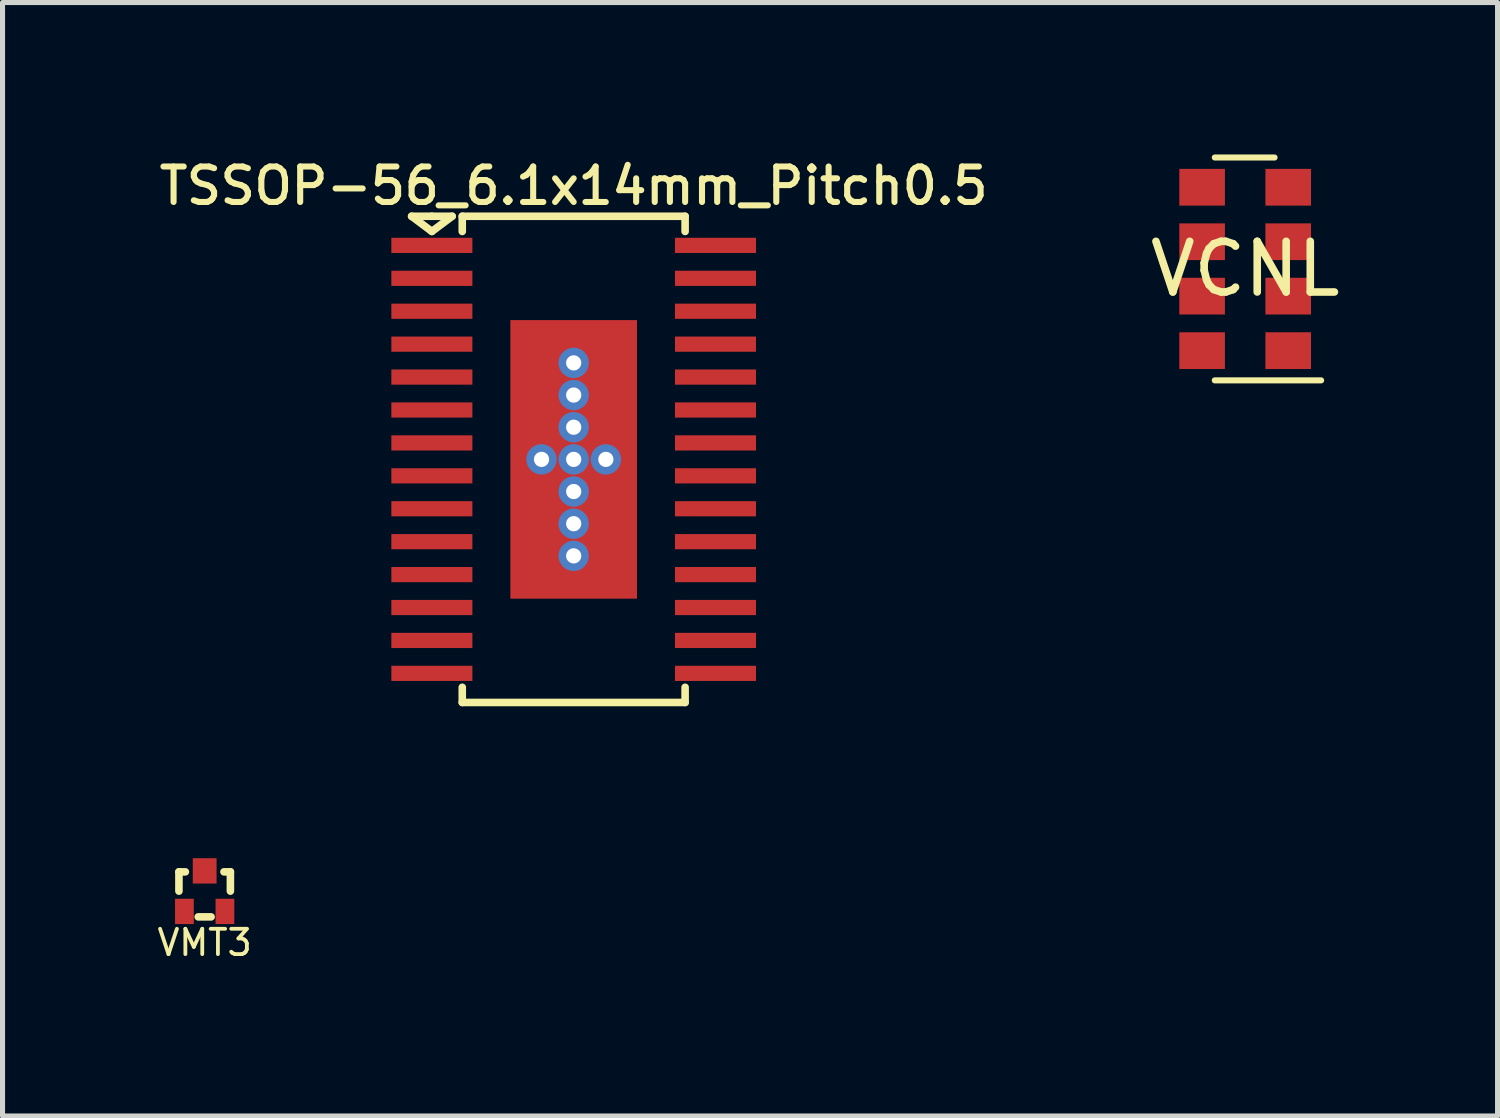
<source format=kicad_pcb>
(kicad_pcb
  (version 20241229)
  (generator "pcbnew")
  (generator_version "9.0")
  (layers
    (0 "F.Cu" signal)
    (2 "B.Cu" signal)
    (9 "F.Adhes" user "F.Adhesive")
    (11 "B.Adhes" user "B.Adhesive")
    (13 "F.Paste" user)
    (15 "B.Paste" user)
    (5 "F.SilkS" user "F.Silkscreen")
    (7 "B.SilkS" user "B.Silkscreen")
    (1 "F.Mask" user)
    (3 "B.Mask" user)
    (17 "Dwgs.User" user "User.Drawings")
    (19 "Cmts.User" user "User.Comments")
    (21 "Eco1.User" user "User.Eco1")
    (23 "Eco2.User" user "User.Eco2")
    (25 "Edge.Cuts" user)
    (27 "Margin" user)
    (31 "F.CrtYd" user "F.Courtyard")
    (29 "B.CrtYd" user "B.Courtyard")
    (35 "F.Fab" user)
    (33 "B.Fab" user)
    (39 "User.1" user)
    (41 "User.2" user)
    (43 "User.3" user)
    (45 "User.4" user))
  (footprint "VCNL"
    (layer "F.Cu")
    (at 21.535 2.26)
    (property "Reference" "VCNL" (at 0 0 0) (layer "F.SilkS") (effects (font (size 1 1) (thickness 0.15))))
    (attr through_hole)
    (fp_line (start 0.58 -2.2) (end -0.6 -2.2) (stroke (width 0.12) (type solid)) (layer "F.SilkS"))
    (fp_line (start 1.5 2.2) (end -0.6 2.2) (stroke (width 0.12) (type solid)) (layer "F.SilkS"))
    (pad "1" smd rect (at 0.85 1.613) (size 0.9 0.725) (layers "F.Cu" "F.Mask" "F.Paste"))
    (pad "2" smd rect (at 0.85 0.537) (size 0.9 0.725) (layers "F.Cu" "F.Mask" "F.Paste"))
    (pad "3" smd rect (at 0.85 -0.537) (size 0.9 0.725) (layers "F.Cu" "F.Mask" "F.Paste"))
    (pad "4" smd rect (at 0.85 -1.613) (size 0.9 0.725) (layers "F.Cu" "F.Mask" "F.Paste"))
    (pad "5" smd rect (at -0.85 -1.613) (size 0.9 0.725) (layers "F.Cu" "F.Mask" "F.Paste"))
    (pad "6" smd rect (at -0.85 -0.537) (size 0.9 0.725) (layers "F.Cu" "F.Mask" "F.Paste"))
    (pad "7" smd rect (at -0.85 0.537) (size 0.9 0.725) (layers "F.Cu" "F.Mask" "F.Paste"))
    (pad "8" smd rect (at -0.85 1.613) (size 0.9 0.725) (layers "F.Cu" "F.Mask" "F.Paste")))
  (footprint "VMT3"
    (layer "F.Cu")
    (at 0.991 14.545)
    (property "Reference" "VMT3" (at 0 1.016 0) (layer "F.SilkS") (effects (font (size 0.5 0.5) (thickness 0.075))))
    (attr through_hole)
    (fp_line (start -0.508 -0.381) (end -0.508 0) (stroke (width 0.15) (type solid)) (layer "F.SilkS"))
    (fp_line (start -0.381 -0.381) (end -0.508 -0.381) (stroke (width 0.15) (type solid)) (layer "F.SilkS"))
    (fp_line (start -0.127 0.508) (end 0.127 0.508) (stroke (width 0.15) (type solid)) (layer "F.SilkS"))
    (fp_line (start 0.508 -0.381) (end 0.381 -0.381) (stroke (width 0.15) (type solid)) (layer "F.SilkS"))
    (fp_line (start 0.508 -0.381) (end 0.508 0) (stroke (width 0.15) (type solid)) (layer "F.SilkS"))
    (pad "1" smd rect (at -0.4 0.4 90) (size 0.5 0.37) (layers "F.Cu" "F.Mask" "F.Paste"))
    (pad "2" smd rect (at 0.4 0.4 90) (size 0.5 0.37) (layers "F.Cu" "F.Mask" "F.Paste"))
    (pad "3" smd rect (at 0 -0.4 90) (size 0.5 0.47) (layers "F.Cu" "F.Mask" "F.Paste")))
  (footprint "TSSOP-56_6.1x14mm_Pitch0.5"
    (layer "F.Cu")
    (at 8.277 6.02)
    (property "Reference" "TSSOP-56_6.1x14mm_Pitch0.5" (at 0 -5.4 180) (layer "F.SilkS") (effects (font (size 0.7 0.7) (thickness 0.12))))
    (attr through_hole)
    (fp_line (start -3.2 -4.8) (end -2.8 -4.8) (stroke (width 0.15) (type solid)) (layer "F.SilkS"))
    (fp_line (start -2.8 -4.8) (end -2.4 -4.8) (stroke (width 0.15) (type solid)) (layer "F.SilkS"))
    (fp_line (start -2.8 -4.5) (end -3.2 -4.8) (stroke (width 0.15) (type solid)) (layer "F.SilkS"))
    (fp_line (start -2.4 -4.8) (end -2.8 -4.5) (stroke (width 0.15) (type solid)) (layer "F.SilkS"))
    (fp_line (start -2.2 -4.8) (end -2.2 -4.5) (stroke (width 0.15) (type solid)) (layer "F.SilkS"))
    (fp_line (start -2.2 -4.8) (end 2.2 -4.8) (stroke (width 0.15) (type solid)) (layer "F.SilkS"))
    (fp_line (start -2.2 4.8) (end -2.2 4.5) (stroke (width 0.15) (type solid)) (layer "F.SilkS"))
    (fp_line (start 2.2 -4.8) (end 2.2 -4.5) (stroke (width 0.15) (type solid)) (layer "F.SilkS"))
    (fp_line (start 2.2 4.5) (end 2.2 4.8) (stroke (width 0.15) (type solid)) (layer "F.SilkS"))
    (fp_line (start 2.2 4.8) (end -2.2 4.8) (stroke (width 0.15) (type solid)) (layer "F.SilkS"))
    (pad "1" smd rect (at -2.8 -4.225) (size 1.6 0.3) (layers "F.Cu" "F.Mask" "F.Paste"))
    (pad "2" smd rect (at -2.8 -3.575) (size 1.6 0.3) (layers "F.Cu" "F.Mask" "F.Paste"))
    (pad "3" smd rect (at -2.8 -2.925) (size 1.6 0.3) (layers "F.Cu" "F.Mask" "F.Paste"))
    (pad "4" smd rect (at -2.8 -2.275) (size 1.6 0.3) (layers "F.Cu" "F.Mask" "F.Paste"))
    (pad "5" smd rect (at -2.8 -1.625) (size 1.6 0.3) (layers "F.Cu" "F.Mask" "F.Paste"))
    (pad "6" smd rect (at -2.8 -0.975) (size 1.6 0.3) (layers "F.Cu" "F.Mask" "F.Paste"))
    (pad "7" smd rect (at -2.8 -0.325) (size 1.6 0.3) (layers "F.Cu" "F.Mask" "F.Paste"))
    (pad "8" smd rect (at -2.8 0.325) (size 1.6 0.3) (layers "F.Cu" "F.Mask" "F.Paste"))
    (pad "9" smd rect (at -2.8 0.975) (size 1.6 0.3) (layers "F.Cu" "F.Mask" "F.Paste"))
    (pad "10" smd rect (at -2.8 1.625) (size 1.6 0.3) (layers "F.Cu" "F.Mask" "F.Paste"))
    (pad "11" smd rect (at -2.8 2.275) (size 1.6 0.3) (layers "F.Cu" "F.Mask" "F.Paste"))
    (pad "12" smd rect (at -2.8 2.925) (size 1.6 0.3) (layers "F.Cu" "F.Mask" "F.Paste"))
    (pad "13" smd rect (at -2.8 3.575) (size 1.6 0.3) (layers "F.Cu" "F.Mask" "F.Paste"))
    (pad "14" smd rect (at -2.8 4.225) (size 1.6 0.3) (layers "F.Cu" "F.Mask" "F.Paste"))
    (pad "15" smd rect (at 2.8 4.225) (size 1.6 0.3) (layers "F.Cu" "F.Mask" "F.Paste"))
    (pad "16" smd rect (at 2.8 3.575) (size 1.6 0.3) (layers "F.Cu" "F.Mask" "F.Paste"))
    (pad "17" smd rect (at 2.8 2.925) (size 1.6 0.3) (layers "F.Cu" "F.Mask" "F.Paste"))
    (pad "18" smd rect (at 2.8 2.275) (size 1.6 0.3) (layers "F.Cu" "F.Mask" "F.Paste"))
    (pad "19" smd rect (at 2.8 1.625) (size 1.6 0.3) (layers "F.Cu" "F.Mask" "F.Paste"))
    (pad "20" smd rect (at 2.8 0.975) (size 1.6 0.3) (layers "F.Cu" "F.Mask" "F.Paste"))
    (pad "21" smd rect (at 2.8 0.325) (size 1.6 0.3) (layers "F.Cu" "F.Mask" "F.Paste"))
    (pad "22" smd rect (at 2.8 -0.325) (size 1.6 0.3) (layers "F.Cu" "F.Mask" "F.Paste"))
    (pad "23" smd rect (at 2.8 -0.975) (size 1.6 0.3) (layers "F.Cu" "F.Mask" "F.Paste"))
    (pad "24" smd rect (at 2.8 -1.625) (size 1.6 0.3) (layers "F.Cu" "F.Mask" "F.Paste"))
    (pad "25" smd rect (at 2.8 -2.275) (size 1.6 0.3) (layers "F.Cu" "F.Mask" "F.Paste"))
    (pad "26" smd rect (at 2.8 -2.925) (size 1.6 0.3) (layers "F.Cu" "F.Mask" "F.Paste"))
    (pad "27" smd rect (at 2.8 -3.575) (size 1.6 0.3) (layers "F.Cu" "F.Mask" "F.Paste"))
    (pad "28" smd rect (at 2.8 -4.225) (size 1.6 0.3) (layers "F.Cu" "F.Mask" "F.Paste"))
    (pad "29" thru_hole circle (at -0.635 0) (size 0.6 0.6) (drill 0.3) (layers "*.Cu" "F.Mask"))
    (pad "29" thru_hole circle (at 0 -1.905) (size 0.6 0.6) (drill 0.3) (layers "*.Cu" "F.Mask"))
    (pad "29" thru_hole circle (at 0 -1.27) (size 0.6 0.6) (drill 0.3) (layers "*.Cu" "F.Mask"))
    (pad "29" thru_hole circle (at 0 -0.635) (size 0.6 0.6) (drill 0.3) (layers "*.Cu" "F.Mask"))
    (pad "29" thru_hole circle (at 0 0) (size 0.6 0.6) (drill 0.3) (layers "*.Cu" "F.Mask"))
    (pad "29" smd rect (at 0 0) (size 2.5 5.5) (layers "F.Cu" "F.Mask" "F.Paste"))
    (pad "29" thru_hole circle (at 0 0.635) (size 0.6 0.6) (drill 0.3) (layers "*.Cu" "F.Mask"))
    (pad "29" thru_hole circle (at 0 1.27) (size 0.6 0.6) (drill 0.3) (layers "*.Cu" "F.Mask"))
    (pad "29" thru_hole circle (at 0 1.905) (size 0.6 0.6) (drill 0.3) (layers "*.Cu" "F.Mask"))
    (pad "29" thru_hole circle (at 0.635 0) (size 0.6 0.6) (drill 0.3) (layers "*.Cu" "F.Mask")))
  (gr_rect
    (start -3 -3)
    (end 26.518 18.985)
    (stroke (width 0.1) (type default))
    (fill no)
    (layer "Edge.Cuts")))
</source>
